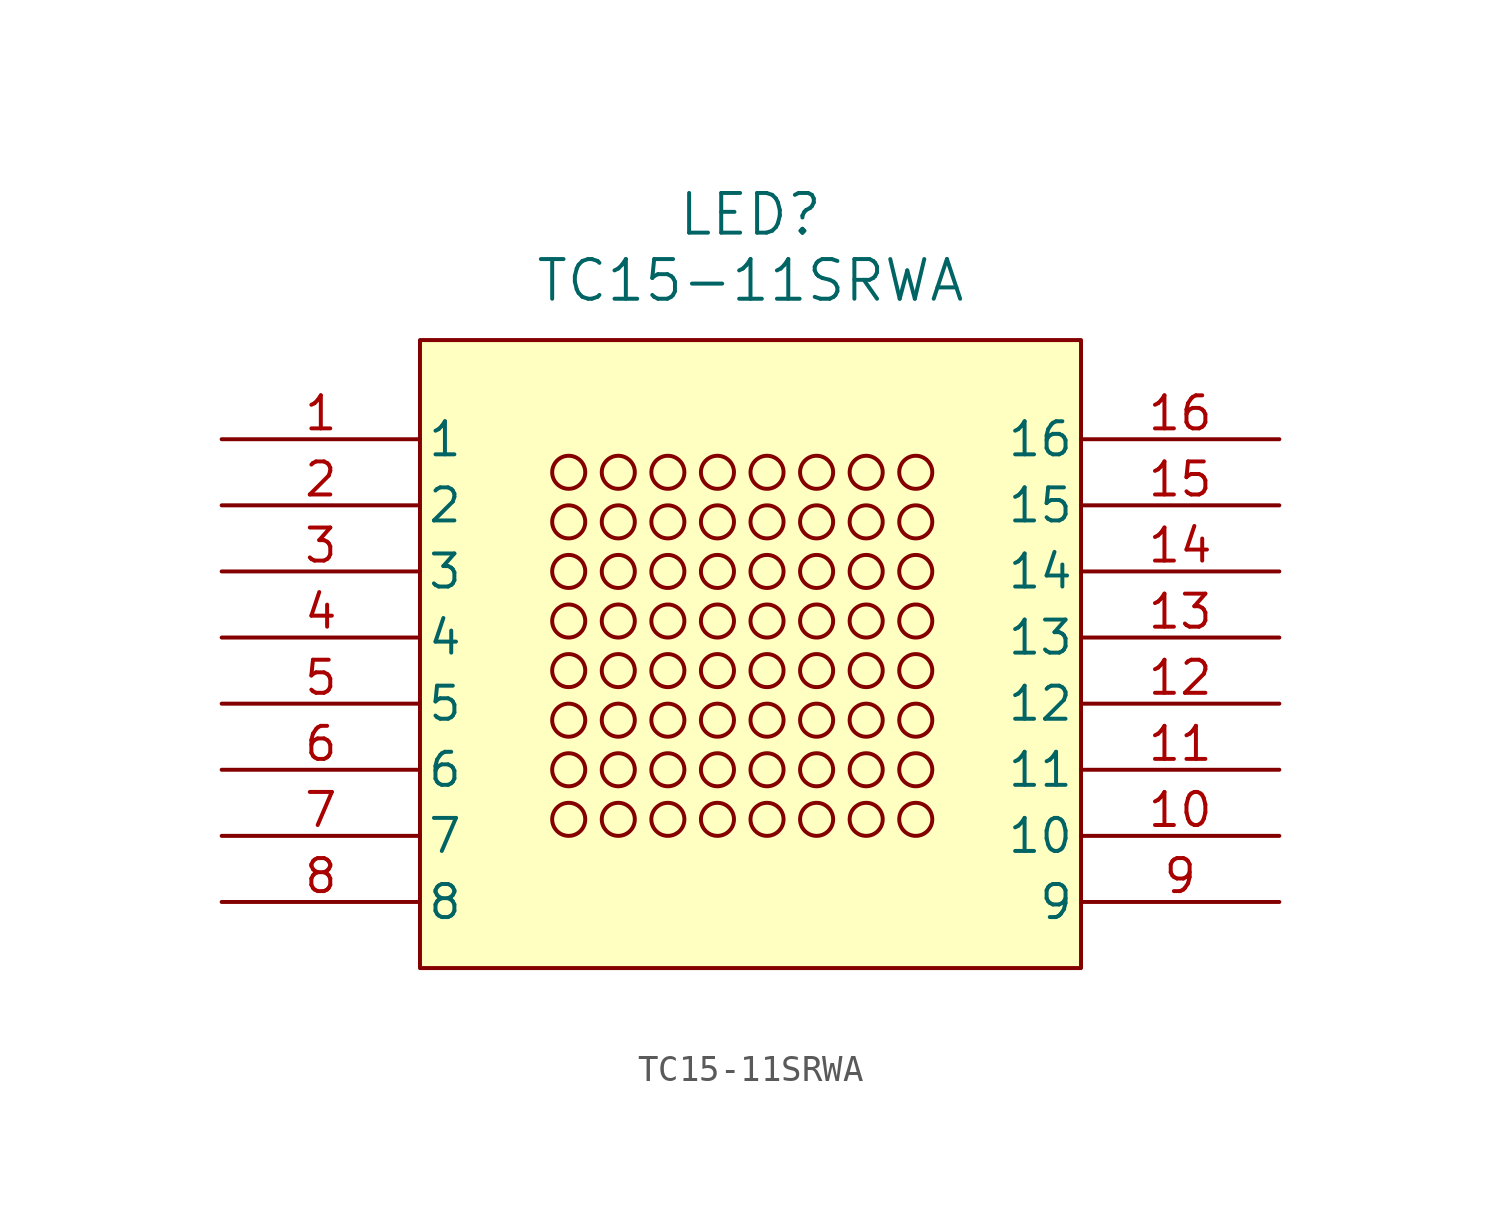
<source format=kicad_sym>
(kicad_symbol_lib
  (version 20231120)
  (generator "kicad_symbol_editor")
  (generator_version "8.0")
  (symbol "TC15-11SRWA"
    (pin_names
      (offset 0.254))
    (property "Reference" "LED"
      (at 20.32 8.636 0)
      (effects (font (size 1.524 1.524))))
    (property "Value" "TC15-11SRWA"
      (at 20.32 6.096 0)
      (effects (font (size 1.524 1.524))))
    (property "ki_locked" ""
      (at 0 0 0)
      (effects (font (size 1.27 1.27))))
    (symbol "TC15-11SRWA_0_1"
      (pin unspecified line (at 0 0 0) (length 7.62) (name "1" (effects (font (size 1.27 1.27)))) (number "1" (effects (font (size 1.27 1.27)))))
      (pin unspecified line (at 40.64 -15.24 180) (length 7.62) (name "10" (effects (font (size 1.27 1.27)))) (number "10" (effects (font (size 1.27 1.27)))))
      (pin unspecified line (at 40.64 -12.7 180) (length 7.62) (name "11" (effects (font (size 1.27 1.27)))) (number "11" (effects (font (size 1.27 1.27)))))
      (pin unspecified line (at 40.64 -10.16 180) (length 7.62) (name "12" (effects (font (size 1.27 1.27)))) (number "12" (effects (font (size 1.27 1.27)))))
      (pin unspecified line (at 40.64 -7.62 180) (length 7.62) (name "13" (effects (font (size 1.27 1.27)))) (number "13" (effects (font (size 1.27 1.27)))))
      (pin unspecified line (at 40.64 -5.08 180) (length 7.62) (name "14" (effects (font (size 1.27 1.27)))) (number "14" (effects (font (size 1.27 1.27)))))
      (pin unspecified line (at 40.64 -2.54 180) (length 7.62) (name "15" (effects (font (size 1.27 1.27)))) (number "15" (effects (font (size 1.27 1.27)))))
      (pin unspecified line (at 40.64 0 180) (length 7.62) (name "16" (effects (font (size 1.27 1.27)))) (number "16" (effects (font (size 1.27 1.27)))))
      (pin unspecified line (at 0 -2.54 0) (length 7.62) (name "2" (effects (font (size 1.27 1.27)))) (number "2" (effects (font (size 1.27 1.27)))))
      (pin unspecified line (at 0 -5.08 0) (length 7.62) (name "3" (effects (font (size 1.27 1.27)))) (number "3" (effects (font (size 1.27 1.27)))))
      (pin unspecified line (at 0 -7.62 0) (length 7.62) (name "4" (effects (font (size 1.27 1.27)))) (number "4" (effects (font (size 1.27 1.27)))))
      (pin unspecified line (at 0 -10.16 0) (length 7.62) (name "5" (effects (font (size 1.27 1.27)))) (number "5" (effects (font (size 1.27 1.27)))))
      (pin unspecified line (at 0 -12.7 0) (length 7.62) (name "6" (effects (font (size 1.27 1.27)))) (number "6" (effects (font (size 1.27 1.27)))))
      (pin unspecified line (at 0 -15.24 0) (length 7.62) (name "7" (effects (font (size 1.27 1.27)))) (number "7" (effects (font (size 1.27 1.27)))))
      (pin unspecified line (at 0 -17.78 0) (length 7.62) (name "8" (effects (font (size 1.27 1.27)))) (number "8" (effects (font (size 1.27 1.27)))))
      (pin unspecified line (at 40.64 -17.78 180) (length 7.62) (name "9" (effects (font (size 1.27 1.27)))) (number "9" (effects (font (size 1.27 1.27))))))
    (symbol "TC15-11SRWA_1_1"
      (rectangle (start 7.62 3.81) (end 33.02 -20.32) (stroke (width 0) (type default)) (fill (type background)))
      (circle (center 13.335 -14.605) (radius 0.635) (stroke (width 0) (type default)) (fill (type none)))
      (circle (center 13.335 -12.7) (radius 0.635) (stroke (width 0) (type default)) (fill (type none)))
      (circle (center 13.335 -10.795) (radius 0.635) (stroke (width 0) (type default)) (fill (type none)))
      (circle (center 13.335 -8.89) (radius 0.635) (stroke (width 0) (type default)) (fill (type none)))
      (circle (center 13.335 -6.985) (radius 0.635) (stroke (width 0) (type default)) (fill (type none)))
      (circle (center 13.335 -5.08) (radius 0.635) (stroke (width 0) (type default)) (fill (type none)))
      (circle (center 13.335 -3.175) (radius 0.635) (stroke (width 0) (type default)) (fill (type none)))
      (circle (center 13.335 -1.27) (radius 0.635) (stroke (width 0) (type default)) (fill (type none)))
      (circle (center 15.24 -14.605) (radius 0.635) (stroke (width 0) (type default)) (fill (type none)))
      (circle (center 15.24 -12.7) (radius 0.635) (stroke (width 0) (type default)) (fill (type none)))
      (circle (center 15.24 -10.795) (radius 0.635) (stroke (width 0) (type default)) (fill (type none)))
      (circle (center 15.24 -8.89) (radius 0.635) (stroke (width 0) (type default)) (fill (type none)))
      (circle (center 15.24 -6.985) (radius 0.635) (stroke (width 0) (type default)) (fill (type none)))
      (circle (center 15.24 -5.08) (radius 0.635) (stroke (width 0) (type default)) (fill (type none)))
      (circle (center 15.24 -3.175) (radius 0.635) (stroke (width 0) (type default)) (fill (type none)))
      (circle (center 15.24 -1.27) (radius 0.635) (stroke (width 0) (type default)) (fill (type none)))
      (circle (center 17.145 -14.605) (radius 0.635) (stroke (width 0) (type default)) (fill (type none)))
      (circle (center 17.145 -12.7) (radius 0.635) (stroke (width 0) (type default)) (fill (type none)))
      (circle (center 17.145 -10.795) (radius 0.635) (stroke (width 0) (type default)) (fill (type none)))
      (circle (center 17.145 -8.89) (radius 0.635) (stroke (width 0) (type default)) (fill (type none)))
      (circle (center 17.145 -6.985) (radius 0.635) (stroke (width 0) (type default)) (fill (type none)))
      (circle (center 17.145 -5.08) (radius 0.635) (stroke (width 0) (type default)) (fill (type none)))
      (circle (center 17.145 -3.175) (radius 0.635) (stroke (width 0) (type default)) (fill (type none)))
      (circle (center 17.145 -1.27) (radius 0.635) (stroke (width 0) (type default)) (fill (type none)))
      (circle (center 19.05 -14.605) (radius 0.635) (stroke (width 0) (type default)) (fill (type none)))
      (circle (center 19.05 -12.7) (radius 0.635) (stroke (width 0) (type default)) (fill (type none)))
      (circle (center 19.05 -10.795) (radius 0.635) (stroke (width 0) (type default)) (fill (type none)))
      (circle (center 19.05 -8.89) (radius 0.635) (stroke (width 0) (type default)) (fill (type none)))
      (circle (center 19.05 -6.985) (radius 0.635) (stroke (width 0) (type default)) (fill (type none)))
      (circle (center 19.05 -5.08) (radius 0.635) (stroke (width 0) (type default)) (fill (type none)))
      (circle (center 19.05 -3.175) (radius 0.635) (stroke (width 0) (type default)) (fill (type none)))
      (circle (center 19.05 -1.27) (radius 0.635) (stroke (width 0) (type default)) (fill (type none)))
      (circle (center 20.955 -14.605) (radius 0.635) (stroke (width 0) (type default)) (fill (type none)))
      (circle (center 20.955 -12.7) (radius 0.635) (stroke (width 0) (type default)) (fill (type none)))
      (circle (center 20.955 -10.795) (radius 0.635) (stroke (width 0) (type default)) (fill (type none)))
      (circle (center 20.955 -8.89) (radius 0.635) (stroke (width 0) (type default)) (fill (type none)))
      (circle (center 20.955 -6.985) (radius 0.635) (stroke (width 0) (type default)) (fill (type none)))
      (circle (center 20.955 -5.08) (radius 0.635) (stroke (width 0) (type default)) (fill (type none)))
      (circle (center 20.955 -3.175) (radius 0.635) (stroke (width 0) (type default)) (fill (type none)))
      (circle (center 20.955 -1.27) (radius 0.635) (stroke (width 0) (type default)) (fill (type none)))
      (circle (center 22.86 -14.605) (radius 0.635) (stroke (width 0) (type default)) (fill (type none)))
      (circle (center 22.86 -12.7) (radius 0.635) (stroke (width 0) (type default)) (fill (type none)))
      (circle (center 22.86 -10.795) (radius 0.635) (stroke (width 0) (type default)) (fill (type none)))
      (circle (center 22.86 -8.89) (radius 0.635) (stroke (width 0) (type default)) (fill (type none)))
      (circle (center 22.86 -6.985) (radius 0.635) (stroke (width 0) (type default)) (fill (type none)))
      (circle (center 22.86 -5.08) (radius 0.635) (stroke (width 0) (type default)) (fill (type none)))
      (circle (center 22.86 -3.175) (radius 0.635) (stroke (width 0) (type default)) (fill (type none)))
      (circle (center 22.86 -1.27) (radius 0.635) (stroke (width 0) (type default)) (fill (type none)))
      (circle (center 24.765 -14.605) (radius 0.635) (stroke (width 0) (type default)) (fill (type none)))
      (circle (center 24.765 -12.7) (radius 0.635) (stroke (width 0) (type default)) (fill (type none)))
      (circle (center 24.765 -10.795) (radius 0.635) (stroke (width 0) (type default)) (fill (type none)))
      (circle (center 24.765 -8.89) (radius 0.635) (stroke (width 0) (type default)) (fill (type none)))
      (circle (center 24.765 -6.985) (radius 0.635) (stroke (width 0) (type default)) (fill (type none)))
      (circle (center 24.765 -5.08) (radius 0.635) (stroke (width 0) (type default)) (fill (type none)))
      (circle (center 24.765 -3.175) (radius 0.635) (stroke (width 0) (type default)) (fill (type none)))
      (circle (center 24.765 -1.27) (radius 0.635) (stroke (width 0) (type default)) (fill (type none)))
      (circle (center 26.67 -14.605) (radius 0.635) (stroke (width 0) (type default)) (fill (type none)))
      (circle (center 26.67 -12.7) (radius 0.635) (stroke (width 0) (type default)) (fill (type none)))
      (circle (center 26.67 -10.795) (radius 0.635) (stroke (width 0) (type default)) (fill (type none)))
      (circle (center 26.67 -8.89) (radius 0.635) (stroke (width 0) (type default)) (fill (type none)))
      (circle (center 26.67 -6.985) (radius 0.635) (stroke (width 0) (type default)) (fill (type none)))
      (circle (center 26.67 -5.08) (radius 0.635) (stroke (width 0) (type default)) (fill (type none)))
      (circle (center 26.67 -3.175) (radius 0.635) (stroke (width 0) (type default)) (fill (type none)))
      (circle (center 26.67 -1.27) (radius 0.635) (stroke (width 0) (type default)) (fill (type none))))))
</source>
